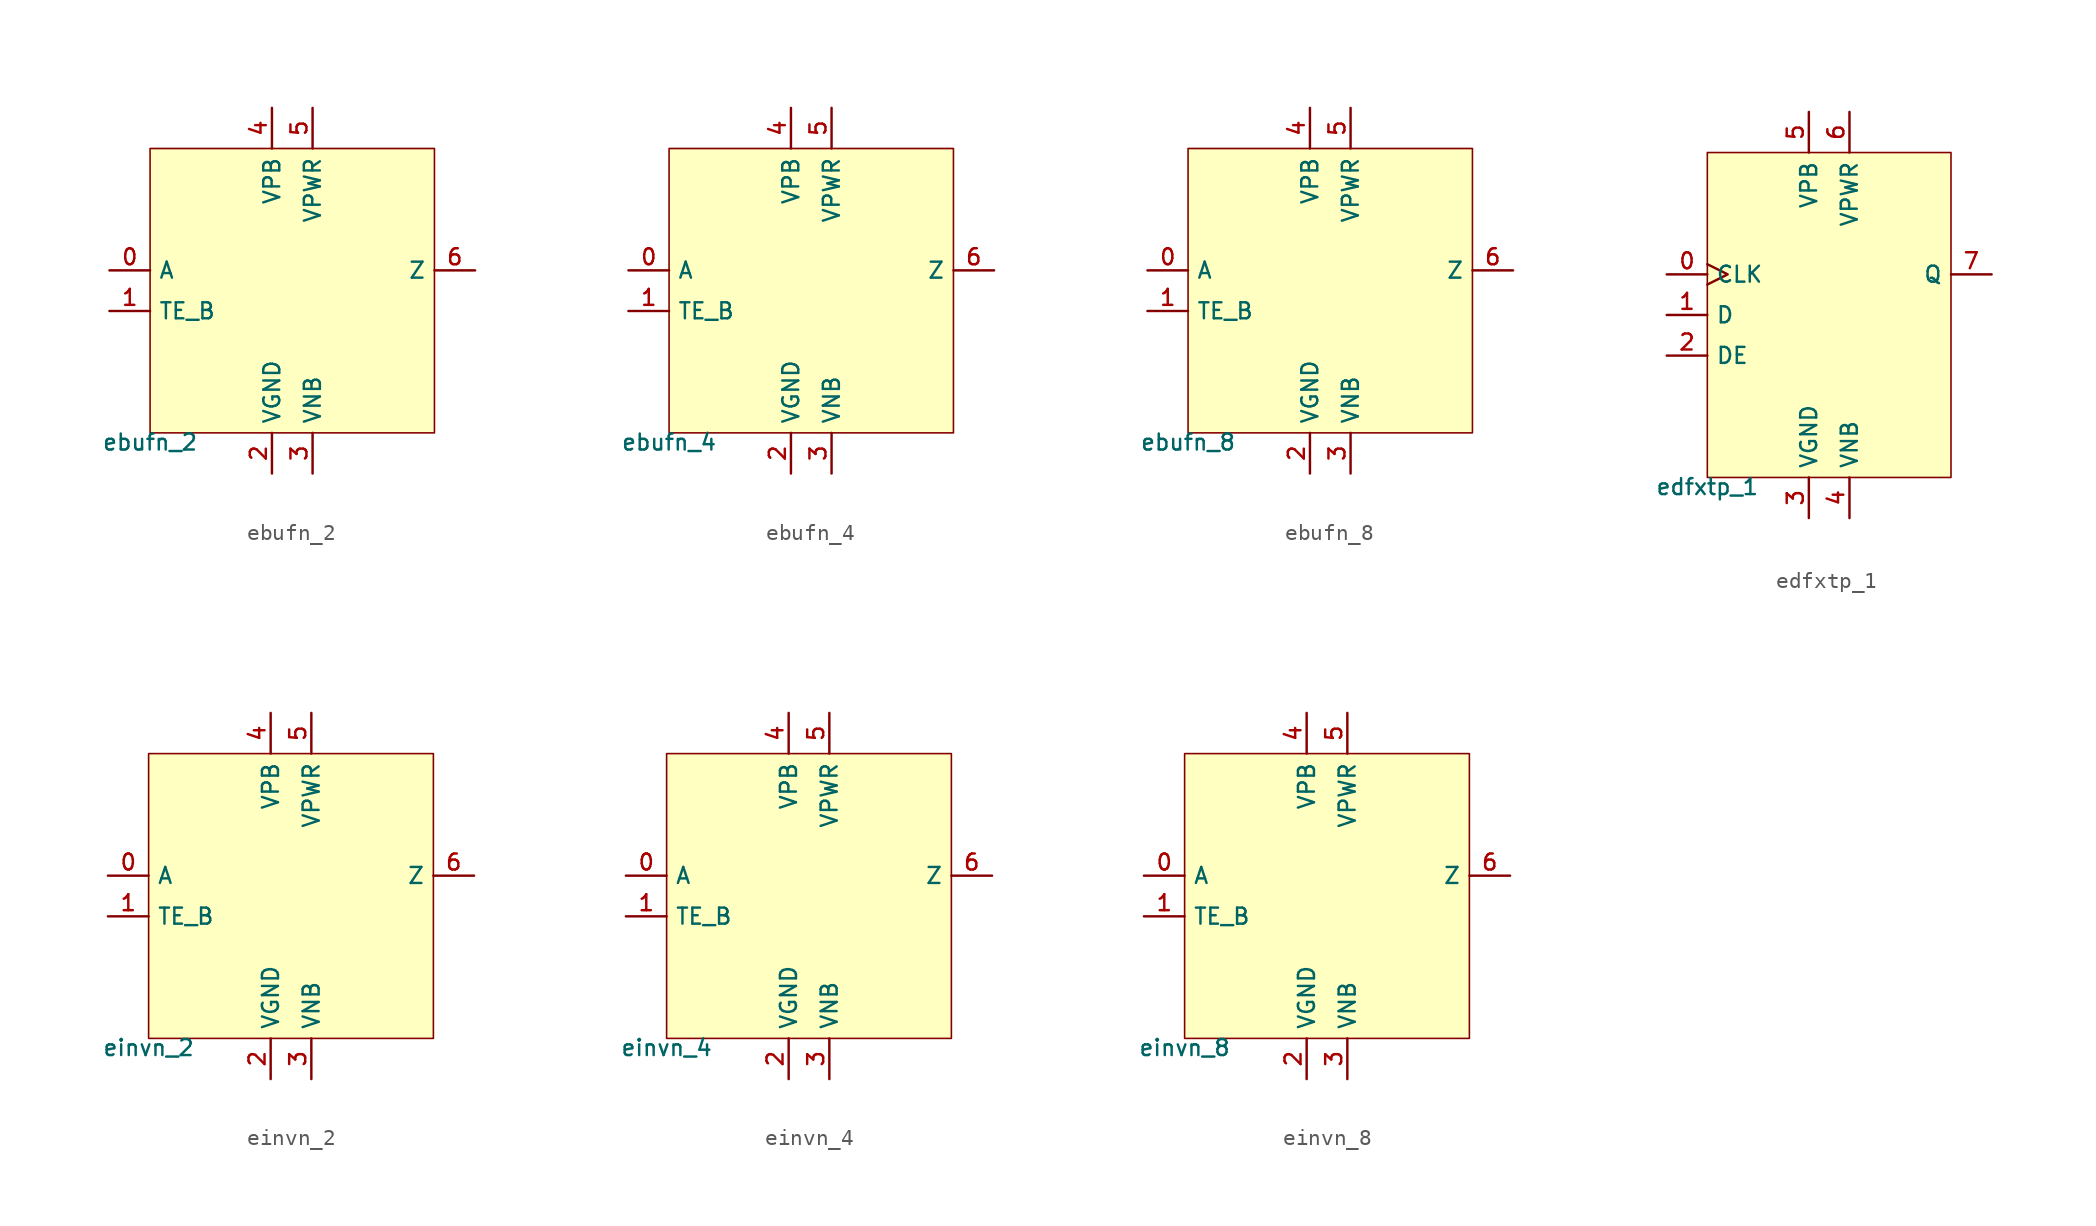
<source format=kicad_sym>
(kicad_symbol_lib
  (version 20211014)
  (generator pdk2kicad)
  (symbol "ebufn_2"
    (property "Reference" "X"
      (at 0 0 0)
      (effects (font (size 1 1)) hide))
    (property "Value" "ebufn_2"
      (at -8.89 -8.89 0)
      (effects (font (size 1 1)) (justify top)))
    (rectangle
      (start -8.89 -8.89)
      (end 8.89 8.89)
      (stroke (width 0.1) (type solid) (color 0 0 0 0))
      (fill (type background)))
    (pin input line
      (at -11.43 1.27 0)
      (length 2.54)
      (name "A" (effects (font (size 1 1)) hide))
      (number "0" (effects (font (size 1 1)) hide)))
    (pin input line
      (at -11.43 -1.27 0)
      (length 2.54)
      (name "TE_B" (effects (font (size 1 1)) hide))
      (number "1" (effects (font (size 1 1)) hide)))
    (pin power_in line
      (at -1.27 -11.43 90)
      (length 2.54)
      (name "VGND" (effects (font (size 1 1)) hide))
      (number "2" (effects (font (size 1 1)) hide)))
    (pin power_in line
      (at 1.27 -11.43 90)
      (length 2.54)
      (name "VNB" (effects (font (size 1 1)) hide))
      (number "3" (effects (font (size 1 1)) hide)))
    (pin power_in line
      (at -1.27 11.43 270)
      (length 2.54)
      (name "VPB" (effects (font (size 1 1)) hide))
      (number "4" (effects (font (size 1 1)) hide)))
    (pin power_in line
      (at 1.27 11.43 270)
      (length 2.54)
      (name "VPWR" (effects (font (size 1 1)) hide))
      (number "5" (effects (font (size 1 1)) hide)))
    (pin output line
      (at 11.43 1.27 180)
      (length 2.54)
      (name "Z" (effects (font (size 1 1)) hide))
      (number "6" (effects (font (size 1 1)) hide))))
  (symbol "ebufn_4"
    (property "Reference" "X"
      (at 0 0 0)
      (effects (font (size 1 1)) hide))
    (property "Value" "ebufn_4"
      (at -8.89 -8.89 0)
      (effects (font (size 1 1)) (justify top)))
    (rectangle
      (start -8.89 -8.89)
      (end 8.89 8.89)
      (stroke (width 0.1) (type solid) (color 0 0 0 0))
      (fill (type background)))
    (pin input line
      (at -11.43 1.27 0)
      (length 2.54)
      (name "A" (effects (font (size 1 1)) hide))
      (number "0" (effects (font (size 1 1)) hide)))
    (pin input line
      (at -11.43 -1.27 0)
      (length 2.54)
      (name "TE_B" (effects (font (size 1 1)) hide))
      (number "1" (effects (font (size 1 1)) hide)))
    (pin power_in line
      (at -1.27 -11.43 90)
      (length 2.54)
      (name "VGND" (effects (font (size 1 1)) hide))
      (number "2" (effects (font (size 1 1)) hide)))
    (pin power_in line
      (at 1.27 -11.43 90)
      (length 2.54)
      (name "VNB" (effects (font (size 1 1)) hide))
      (number "3" (effects (font (size 1 1)) hide)))
    (pin power_in line
      (at -1.27 11.43 270)
      (length 2.54)
      (name "VPB" (effects (font (size 1 1)) hide))
      (number "4" (effects (font (size 1 1)) hide)))
    (pin power_in line
      (at 1.27 11.43 270)
      (length 2.54)
      (name "VPWR" (effects (font (size 1 1)) hide))
      (number "5" (effects (font (size 1 1)) hide)))
    (pin output line
      (at 11.43 1.27 180)
      (length 2.54)
      (name "Z" (effects (font (size 1 1)) hide))
      (number "6" (effects (font (size 1 1)) hide))))
  (symbol "ebufn_8"
    (property "Reference" "X"
      (at 0 0 0)
      (effects (font (size 1 1)) hide))
    (property "Value" "ebufn_8"
      (at -8.89 -8.89 0)
      (effects (font (size 1 1)) (justify top)))
    (rectangle
      (start -8.89 -8.89)
      (end 8.89 8.89)
      (stroke (width 0.1) (type solid) (color 0 0 0 0))
      (fill (type background)))
    (pin input line
      (at -11.43 1.27 0)
      (length 2.54)
      (name "A" (effects (font (size 1 1)) hide))
      (number "0" (effects (font (size 1 1)) hide)))
    (pin input line
      (at -11.43 -1.27 0)
      (length 2.54)
      (name "TE_B" (effects (font (size 1 1)) hide))
      (number "1" (effects (font (size 1 1)) hide)))
    (pin power_in line
      (at -1.27 -11.43 90)
      (length 2.54)
      (name "VGND" (effects (font (size 1 1)) hide))
      (number "2" (effects (font (size 1 1)) hide)))
    (pin power_in line
      (at 1.27 -11.43 90)
      (length 2.54)
      (name "VNB" (effects (font (size 1 1)) hide))
      (number "3" (effects (font (size 1 1)) hide)))
    (pin power_in line
      (at -1.27 11.43 270)
      (length 2.54)
      (name "VPB" (effects (font (size 1 1)) hide))
      (number "4" (effects (font (size 1 1)) hide)))
    (pin power_in line
      (at 1.27 11.43 270)
      (length 2.54)
      (name "VPWR" (effects (font (size 1 1)) hide))
      (number "5" (effects (font (size 1 1)) hide)))
    (pin output line
      (at 11.43 1.27 180)
      (length 2.54)
      (name "Z" (effects (font (size 1 1)) hide))
      (number "6" (effects (font (size 1 1)) hide))))
  (symbol "edfxtp_1"
    (property "Reference" "X"
      (at 0 0 0)
      (effects (font (size 1 1)) hide))
    (property "Value" "edfxtp_1"
      (at -7.62 -10.16 0)
      (effects (font (size 1 1)) (justify top)))
    (rectangle
      (start -7.62 -10.16)
      (end 7.62 10.16)
      (stroke (width 0.1) (type solid) (color 0 0 0 0))
      (fill (type background)))
    (pin input clock
      (at -10.16 2.54 0)
      (length 2.54)
      (name "CLK" (effects (font (size 1 1)) hide))
      (number "0" (effects (font (size 1 1)) hide)))
    (pin input line
      (at -10.16 0.0 0)
      (length 2.54)
      (name "D" (effects (font (size 1 1)) hide))
      (number "1" (effects (font (size 1 1)) hide)))
    (pin input line
      (at -10.16 -2.54 0)
      (length 2.54)
      (name "DE" (effects (font (size 1 1)) hide))
      (number "2" (effects (font (size 1 1)) hide)))
    (pin power_in line
      (at -1.27 -12.7 90)
      (length 2.54)
      (name "VGND" (effects (font (size 1 1)) hide))
      (number "3" (effects (font (size 1 1)) hide)))
    (pin power_in line
      (at 1.27 -12.7 90)
      (length 2.54)
      (name "VNB" (effects (font (size 1 1)) hide))
      (number "4" (effects (font (size 1 1)) hide)))
    (pin power_in line
      (at -1.27 12.7 270)
      (length 2.54)
      (name "VPB" (effects (font (size 1 1)) hide))
      (number "5" (effects (font (size 1 1)) hide)))
    (pin power_in line
      (at 1.27 12.7 270)
      (length 2.54)
      (name "VPWR" (effects (font (size 1 1)) hide))
      (number "6" (effects (font (size 1 1)) hide)))
    (pin output line
      (at 10.16 2.54 180)
      (length 2.54)
      (name "Q" (effects (font (size 1 1)) hide))
      (number "7" (effects (font (size 1 1)) hide))))
  (symbol "einvn_2"
    (property "Reference" "X"
      (at 0 0 0)
      (effects (font (size 1 1)) hide))
    (property "Value" "einvn_2"
      (at -8.89 -8.89 0)
      (effects (font (size 1 1)) (justify top)))
    (rectangle
      (start -8.89 -8.89)
      (end 8.89 8.89)
      (stroke (width 0.1) (type solid) (color 0 0 0 0))
      (fill (type background)))
    (pin input line
      (at -11.43 1.27 0)
      (length 2.54)
      (name "A" (effects (font (size 1 1)) hide))
      (number "0" (effects (font (size 1 1)) hide)))
    (pin input line
      (at -11.43 -1.27 0)
      (length 2.54)
      (name "TE_B" (effects (font (size 1 1)) hide))
      (number "1" (effects (font (size 1 1)) hide)))
    (pin power_in line
      (at -1.27 -11.43 90)
      (length 2.54)
      (name "VGND" (effects (font (size 1 1)) hide))
      (number "2" (effects (font (size 1 1)) hide)))
    (pin power_in line
      (at 1.27 -11.43 90)
      (length 2.54)
      (name "VNB" (effects (font (size 1 1)) hide))
      (number "3" (effects (font (size 1 1)) hide)))
    (pin power_in line
      (at -1.27 11.43 270)
      (length 2.54)
      (name "VPB" (effects (font (size 1 1)) hide))
      (number "4" (effects (font (size 1 1)) hide)))
    (pin power_in line
      (at 1.27 11.43 270)
      (length 2.54)
      (name "VPWR" (effects (font (size 1 1)) hide))
      (number "5" (effects (font (size 1 1)) hide)))
    (pin output line
      (at 11.43 1.27 180)
      (length 2.54)
      (name "Z" (effects (font (size 1 1)) hide))
      (number "6" (effects (font (size 1 1)) hide))))
  (symbol "einvn_4"
    (property "Reference" "X"
      (at 0 0 0)
      (effects (font (size 1 1)) hide))
    (property "Value" "einvn_4"
      (at -8.89 -8.89 0)
      (effects (font (size 1 1)) (justify top)))
    (rectangle
      (start -8.89 -8.89)
      (end 8.89 8.89)
      (stroke (width 0.1) (type solid) (color 0 0 0 0))
      (fill (type background)))
    (pin input line
      (at -11.43 1.27 0)
      (length 2.54)
      (name "A" (effects (font (size 1 1)) hide))
      (number "0" (effects (font (size 1 1)) hide)))
    (pin input line
      (at -11.43 -1.27 0)
      (length 2.54)
      (name "TE_B" (effects (font (size 1 1)) hide))
      (number "1" (effects (font (size 1 1)) hide)))
    (pin power_in line
      (at -1.27 -11.43 90)
      (length 2.54)
      (name "VGND" (effects (font (size 1 1)) hide))
      (number "2" (effects (font (size 1 1)) hide)))
    (pin power_in line
      (at 1.27 -11.43 90)
      (length 2.54)
      (name "VNB" (effects (font (size 1 1)) hide))
      (number "3" (effects (font (size 1 1)) hide)))
    (pin power_in line
      (at -1.27 11.43 270)
      (length 2.54)
      (name "VPB" (effects (font (size 1 1)) hide))
      (number "4" (effects (font (size 1 1)) hide)))
    (pin power_in line
      (at 1.27 11.43 270)
      (length 2.54)
      (name "VPWR" (effects (font (size 1 1)) hide))
      (number "5" (effects (font (size 1 1)) hide)))
    (pin output line
      (at 11.43 1.27 180)
      (length 2.54)
      (name "Z" (effects (font (size 1 1)) hide))
      (number "6" (effects (font (size 1 1)) hide))))
  (symbol "einvn_8"
    (property "Reference" "X"
      (at 0 0 0)
      (effects (font (size 1 1)) hide))
    (property "Value" "einvn_8"
      (at -8.89 -8.89 0)
      (effects (font (size 1 1)) (justify top)))
    (rectangle
      (start -8.89 -8.89)
      (end 8.89 8.89)
      (stroke (width 0.1) (type solid) (color 0 0 0 0))
      (fill (type background)))
    (pin input line
      (at -11.43 1.27 0)
      (length 2.54)
      (name "A" (effects (font (size 1 1)) hide))
      (number "0" (effects (font (size 1 1)) hide)))
    (pin input line
      (at -11.43 -1.27 0)
      (length 2.54)
      (name "TE_B" (effects (font (size 1 1)) hide))
      (number "1" (effects (font (size 1 1)) hide)))
    (pin power_in line
      (at -1.27 -11.43 90)
      (length 2.54)
      (name "VGND" (effects (font (size 1 1)) hide))
      (number "2" (effects (font (size 1 1)) hide)))
    (pin power_in line
      (at 1.27 -11.43 90)
      (length 2.54)
      (name "VNB" (effects (font (size 1 1)) hide))
      (number "3" (effects (font (size 1 1)) hide)))
    (pin power_in line
      (at -1.27 11.43 270)
      (length 2.54)
      (name "VPB" (effects (font (size 1 1)) hide))
      (number "4" (effects (font (size 1 1)) hide)))
    (pin power_in line
      (at 1.27 11.43 270)
      (length 2.54)
      (name "VPWR" (effects (font (size 1 1)) hide))
      (number "5" (effects (font (size 1 1)) hide)))
    (pin output line
      (at 11.43 1.27 180)
      (length 2.54)
      (name "Z" (effects (font (size 1 1)) hide))
      (number "6" (effects (font (size 1 1)) hide)))))
</source>
